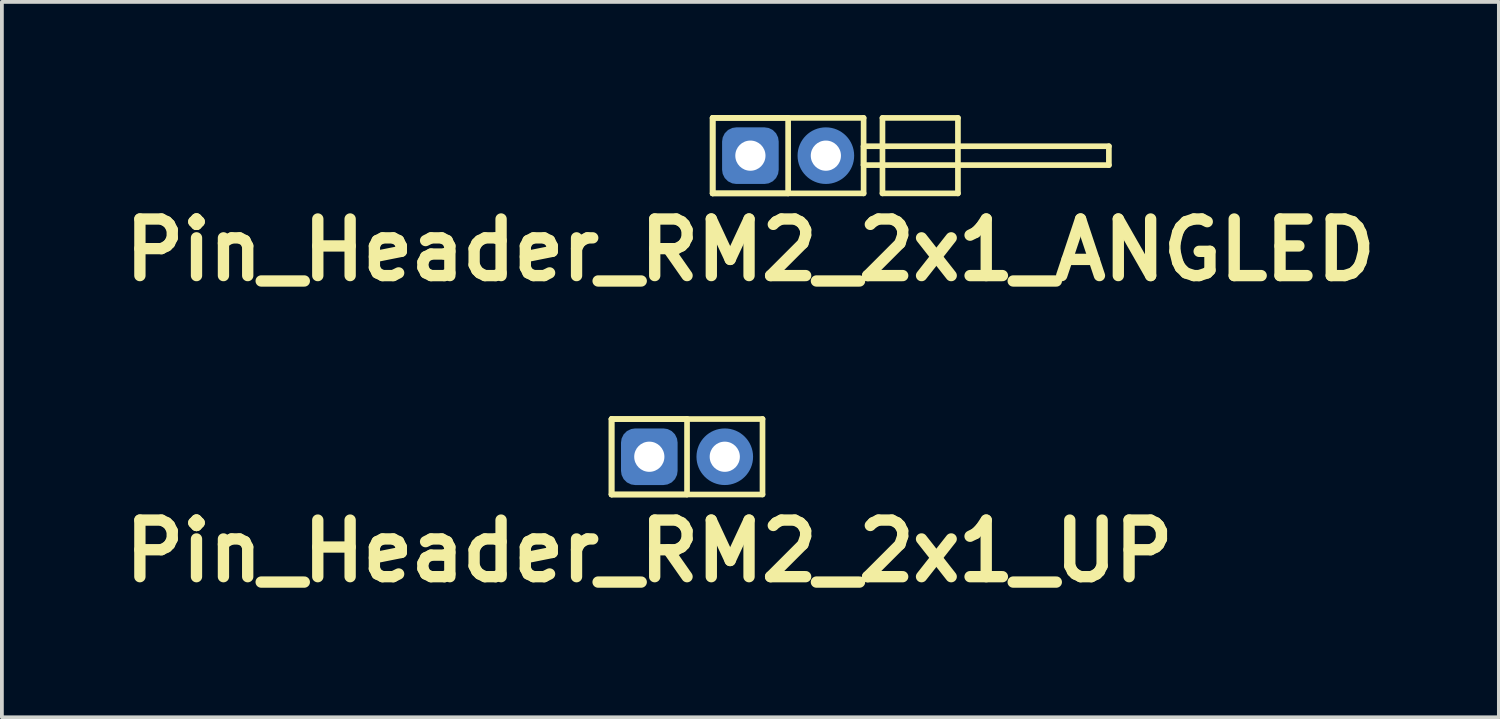
<source format=kicad_pcb>
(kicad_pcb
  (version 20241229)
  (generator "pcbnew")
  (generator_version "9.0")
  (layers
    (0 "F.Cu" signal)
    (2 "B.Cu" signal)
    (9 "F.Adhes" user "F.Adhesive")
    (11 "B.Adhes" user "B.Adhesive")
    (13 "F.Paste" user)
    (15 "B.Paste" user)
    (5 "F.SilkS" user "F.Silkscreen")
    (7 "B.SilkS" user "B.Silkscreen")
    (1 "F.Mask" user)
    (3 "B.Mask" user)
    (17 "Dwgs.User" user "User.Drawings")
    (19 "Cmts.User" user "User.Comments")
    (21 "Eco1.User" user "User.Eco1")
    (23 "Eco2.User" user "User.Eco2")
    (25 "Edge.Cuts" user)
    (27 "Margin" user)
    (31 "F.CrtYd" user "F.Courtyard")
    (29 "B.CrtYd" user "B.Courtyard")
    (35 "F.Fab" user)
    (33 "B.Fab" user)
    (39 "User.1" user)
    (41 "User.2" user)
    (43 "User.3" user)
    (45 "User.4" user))
  (footprint "Pin_Header_RM2_2x1_UP"
    (layer "F.Cu")
    (at 14.157 9.054)
    (property "Reference" "Pin_Header_RM2_2x1_UP" (at 0 2.5 0) (layer "F.SilkS") (effects (font (size 1.5 1.5) (thickness 0.3))))
    (attr through_hole)
    (fp_line (start -1 -1) (end 1 -1) (stroke (width 0.15) (type solid)) (layer "F.SilkS"))
    (fp_line (start -1 -1) (end 3 -1) (stroke (width 0.15) (type solid)) (layer "F.SilkS"))
    (fp_line (start -1 1) (end -1 -1) (stroke (width 0.15) (type solid)) (layer "F.SilkS"))
    (fp_line (start -1 1) (end -1 -1) (stroke (width 0.15) (type solid)) (layer "F.SilkS"))
    (fp_line (start 1 -1) (end 1 1) (stroke (width 0.15) (type solid)) (layer "F.SilkS"))
    (fp_line (start 1 1) (end -1 1) (stroke (width 0.15) (type solid)) (layer "F.SilkS"))
    (fp_line (start 3 -1) (end 3 1) (stroke (width 0.15) (type solid)) (layer "F.SilkS"))
    (fp_line (start 3 1) (end -1 1) (stroke (width 0.15) (type solid)) (layer "F.SilkS"))
    (pad "1" thru_hole circle (at 0 0) (size 1.1 1.1) (drill 0.8) (layers "*.Cu" "*.Mask"))
    (pad "1" smd roundrect (at 0 0) (size 1.25 1.25) (layers "F.Cu" "F.Mask") (roundrect_rratio 0.25))
    (pad "1" smd roundrect (at 0 0) (size 1.5 1.5) (layers "B.Cu" "B.Mask") (roundrect_rratio 0.25))
    (pad "2" thru_hole circle (at 2 0) (size 1.1 1.1) (drill 0.8) (layers "*.Cu" "*.Mask"))
    (pad "2" smd circle (at 2 0) (size 1.25 1.25) (layers "F.Cu" "F.Mask"))
    (pad "2" smd circle (at 2 0) (size 1.5 1.5) (layers "B.Cu" "B.Mask")))
  (footprint "Pin_Header_RM2_2x1_ANGLED"
    (layer "F.Cu")
    (at 16.836 1.075)
    (property "Reference" "Pin_Header_RM2_2x1_ANGLED" (at 0 2.5 0) (layer "F.SilkS") (effects (font (size 1.5 1.5) (thickness 0.3))))
    (attr through_hole)
    (fp_line (start -1 -1) (end 1 -1) (stroke (width 0.15) (type solid)) (layer "F.SilkS"))
    (fp_line (start -1 -1) (end 3 -1) (stroke (width 0.15) (type solid)) (layer "F.SilkS"))
    (fp_line (start -1 1) (end -1 -1) (stroke (width 0.15) (type solid)) (layer "F.SilkS"))
    (fp_line (start -1 1) (end -1 -1) (stroke (width 0.15) (type solid)) (layer "F.SilkS"))
    (fp_line (start 1 -1) (end 1 1) (stroke (width 0.15) (type solid)) (layer "F.SilkS"))
    (fp_line (start 1 1) (end -1 1) (stroke (width 0.15) (type solid)) (layer "F.SilkS"))
    (fp_line (start 3 -1) (end 3 1) (stroke (width 0.15) (type solid)) (layer "F.SilkS"))
    (fp_line (start 3 -0.25) (end 9.5 -0.25) (stroke (width 0.15) (type solid)) (layer "F.SilkS"))
    (fp_line (start 3 0.25) (end 3 -0.25) (stroke (width 0.15) (type solid)) (layer "F.SilkS"))
    (fp_line (start 3 1) (end -1 1) (stroke (width 0.15) (type solid)) (layer "F.SilkS"))
    (fp_line (start 3.5 -1) (end 5.5 -1) (stroke (width 0.15) (type solid)) (layer "F.SilkS"))
    (fp_line (start 3.5 1) (end 3.5 -1) (stroke (width 0.15) (type solid)) (layer "F.SilkS"))
    (fp_line (start 5.5 -1) (end 5.5 1) (stroke (width 0.15) (type solid)) (layer "F.SilkS"))
    (fp_line (start 5.5 1) (end 3.5 1) (stroke (width 0.15) (type solid)) (layer "F.SilkS"))
    (fp_line (start 9.5 -0.25) (end 9.5 0.25) (stroke (width 0.15) (type solid)) (layer "F.SilkS"))
    (fp_line (start 9.5 0.25) (end 3 0.25) (stroke (width 0.15) (type solid)) (layer "F.SilkS"))
    (pad "1" thru_hole circle (at 0 0) (size 1.1 1.1) (drill 0.8) (layers "*.Cu" "*.Mask"))
    (pad "1" smd roundrect (at 0 0) (size 1.25 1.25) (layers "F.Cu" "F.Mask") (roundrect_rratio 0.25))
    (pad "1" smd roundrect (at 0 0) (size 1.5 1.5) (layers "B.Cu" "B.Mask") (roundrect_rratio 0.25))
    (pad "2" thru_hole circle (at 2 0) (size 1.1 1.1) (drill 0.8) (layers "*.Cu" "*.Mask"))
    (pad "2" smd circle (at 2 0) (size 1.25 1.25) (layers "F.Cu" "F.Mask"))
    (pad "2" smd circle (at 2 0) (size 1.5 1.5) (layers "B.Cu" "B.Mask")))
  (gr_rect
    (start -3 -3)
    (end 36.671 15.958)
    (stroke (width 0.1) (type default))
    (fill no)
    (layer "Edge.Cuts")))
</source>
